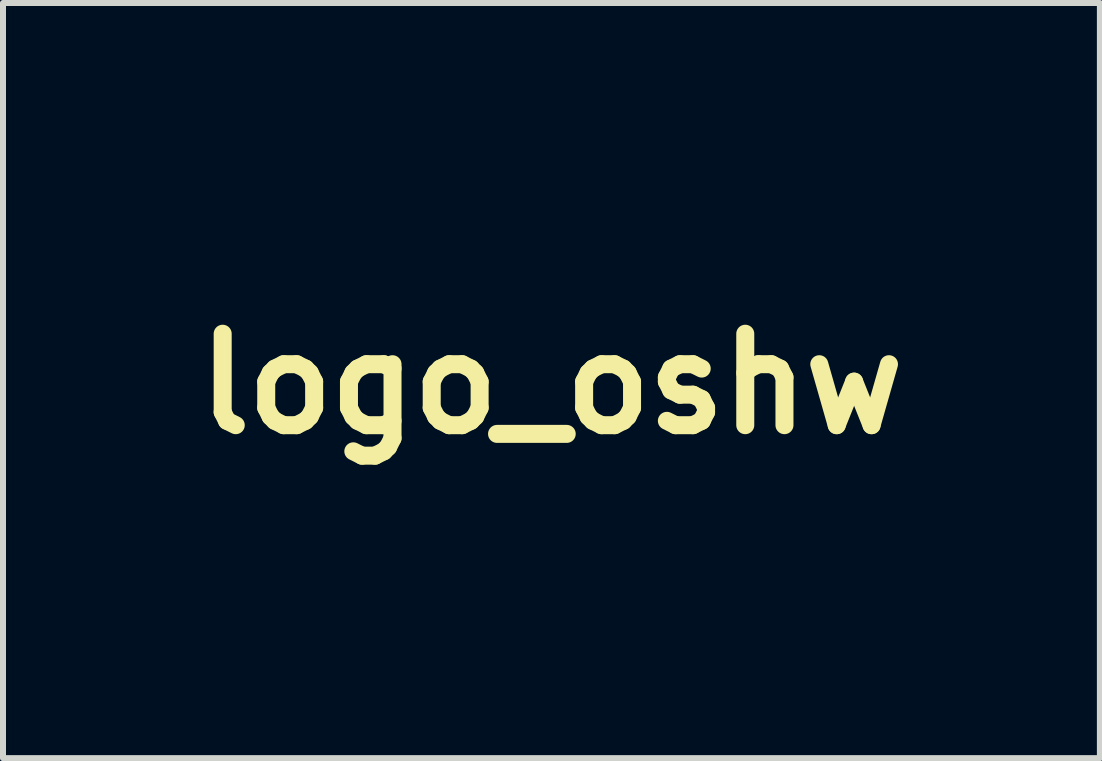
<source format=kicad_pcb>
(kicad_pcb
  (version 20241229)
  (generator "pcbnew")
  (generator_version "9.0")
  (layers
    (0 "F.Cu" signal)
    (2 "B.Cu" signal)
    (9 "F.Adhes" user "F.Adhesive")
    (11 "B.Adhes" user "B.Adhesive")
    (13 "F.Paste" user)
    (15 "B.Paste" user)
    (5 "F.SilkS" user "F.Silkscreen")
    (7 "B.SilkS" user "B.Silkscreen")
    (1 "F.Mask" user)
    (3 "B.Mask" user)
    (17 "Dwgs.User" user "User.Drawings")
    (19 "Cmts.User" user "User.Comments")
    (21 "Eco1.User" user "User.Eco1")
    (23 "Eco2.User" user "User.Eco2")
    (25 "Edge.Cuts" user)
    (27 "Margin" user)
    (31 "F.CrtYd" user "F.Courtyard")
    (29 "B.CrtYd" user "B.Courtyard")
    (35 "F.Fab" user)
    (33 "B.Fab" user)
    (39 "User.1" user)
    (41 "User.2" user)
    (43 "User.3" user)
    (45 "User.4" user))
  (footprint "logo_oshw"
    (layer "F.Cu")
    (at 6.14 3.346)
    (property "Reference" "logo_oshw" (at 0 0 0) (layer "F.SilkS") (effects (font (size 1.524 1.524) (thickness 0.3))))
    (attr through_hole)
    (fp_poly (pts (xy 0.297 -3.341) (xy 0.382 -3.338) (xy 0.442 -3.33) (xy 0.483 -3.315) (xy 0.508 -3.292) (xy 0.523 -3.257) (xy 0.533 -3.208) (xy 0.542 -3.145) (xy 0.546 -3.116) (xy 0.559 -3.04) (xy 0.577 -2.945) (xy 0.597 -2.838) (xy 0.619 -2.726) (xy 0.642 -2.617) (xy 0.663 -2.516) (xy 0.682 -2.431) (xy 0.697 -2.369) (xy 0.707 -2.336) (xy 0.708 -2.333) (xy 0.734 -2.318) (xy 0.789 -2.293) (xy 0.865 -2.259) (xy 0.957 -2.221) (xy 1.056 -2.181) (xy 1.155 -2.142) (xy 1.247 -2.106) (xy 1.325 -2.077) (xy 1.381 -2.058) (xy 1.407 -2.052) (xy 1.442 -2.064) (xy 1.506 -2.098) (xy 1.596 -2.155) (xy 1.712 -2.231) (xy 1.807 -2.297) (xy 1.914 -2.371) (xy 2.012 -2.438) (xy 2.098 -2.496) (xy 2.165 -2.54) (xy 2.207 -2.567) (xy 2.215 -2.572) (xy 2.271 -2.602) (xy 2.601 -2.274) (xy 2.693 -2.18) (xy 2.776 -2.095) (xy 2.845 -2.022) (xy 2.896 -1.965) (xy 2.925 -1.929) (xy 2.931 -1.918) (xy 2.92 -1.891) (xy 2.891 -1.841) (xy 2.849 -1.776) (xy 2.819 -1.732) (xy 2.691 -1.548) (xy 2.586 -1.394) (xy 2.505 -1.271) (xy 2.448 -1.179) (xy 2.414 -1.117) (xy 2.404 -1.085) (xy 2.412 -1.05) (xy 2.433 -0.987) (xy 2.465 -0.904) (xy 2.504 -0.808) (xy 2.547 -0.705) (xy 2.591 -0.604) (xy 2.632 -0.513) (xy 2.669 -0.437) (xy 2.697 -0.386) (xy 2.708 -0.369) (xy 2.745 -0.346) (xy 2.802 -0.328) (xy 2.819 -0.324) (xy 2.876 -0.315) (xy 2.962 -0.3) (xy 3.068 -0.28) (xy 3.184 -0.259) (xy 3.302 -0.236) (xy 3.412 -0.215) (xy 3.505 -0.196) (xy 3.546 -0.188) (xy 3.663 -0.163) (xy 3.669 0.318) (xy 3.674 0.8) (xy 3.63 0.811) (xy 3.612 0.815) (xy 3.587 0.82) (xy 3.55 0.827) (xy 3.496 0.837) (xy 3.422 0.851) (xy 3.324 0.869) (xy 3.198 0.893) (xy 3.038 0.922) (xy 2.952 0.938) (xy 2.865 0.956) (xy 2.792 0.974) (xy 2.741 0.991) (xy 2.723 1.001) (xy 2.706 1.03) (xy 2.68 1.086) (xy 2.65 1.157) (xy 2.641 1.182) (xy 2.606 1.272) (xy 2.564 1.38) (xy 2.52 1.488) (xy 2.503 1.531) (xy 2.47 1.613) (xy 2.443 1.685) (xy 2.427 1.737) (xy 2.423 1.757) (xy 2.433 1.794) (xy 2.46 1.845) (xy 2.475 1.868) (xy 2.504 1.91) (xy 2.541 1.964) (xy 2.59 2.035) (xy 2.653 2.127) (xy 2.732 2.243) (xy 2.829 2.385) (xy 2.874 2.453) (xy 2.909 2.509) (xy 2.928 2.545) (xy 2.931 2.553) (xy 2.917 2.575) (xy 2.881 2.617) (xy 2.825 2.677) (xy 2.755 2.749) (xy 2.676 2.829) (xy 2.591 2.912) (xy 2.507 2.995) (xy 2.426 3.071) (xy 2.355 3.137) (xy 2.297 3.189) (xy 2.257 3.221) (xy 2.24 3.229) (xy 2.218 3.215) (xy 2.169 3.181) (xy 2.098 3.132) (xy 2.011 3.072) (xy 1.913 3.004) (xy 1.896 2.992) (xy 1.794 2.922) (xy 1.699 2.859) (xy 1.618 2.807) (xy 1.557 2.768) (xy 1.521 2.748) (xy 1.519 2.747) (xy 1.489 2.74) (xy 1.456 2.742) (xy 1.412 2.757) (xy 1.347 2.787) (xy 1.3 2.811) (xy 1.226 2.847) (xy 1.165 2.874) (xy 1.124 2.888) (xy 1.114 2.888) (xy 1.097 2.868) (xy 1.071 2.82) (xy 1.04 2.753) (xy 1.023 2.716) (xy 0.931 2.492) (xy 0.851 2.298) (xy 0.781 2.129) (xy 0.719 1.979) (xy 0.663 1.842) (xy 0.611 1.712) (xy 0.602 1.69) (xy 0.561 1.59) (xy 0.524 1.502) (xy 0.494 1.433) (xy 0.473 1.39) (xy 0.467 1.378) (xy 0.45 1.338) (xy 0.473 1.295) (xy 0.532 1.25) (xy 0.582 1.215) (xy 0.649 1.16) (xy 0.72 1.096) (xy 0.752 1.065) (xy 0.882 0.912) (xy 0.981 0.744) (xy 1.045 0.565) (xy 1.073 0.38) (xy 1.075 0.335) (xy 1.055 0.138) (xy 0.999 -0.051) (xy 0.908 -0.228) (xy 0.784 -0.389) (xy 0.762 -0.412) (xy 0.612 -0.539) (xy 0.448 -0.632) (xy 0.275 -0.693) (xy 0.097 -0.721) (xy -0.082 -0.719) (xy -0.258 -0.686) (xy -0.426 -0.624) (xy -0.582 -0.533) (xy -0.721 -0.416) (xy -0.841 -0.272) (xy -0.935 -0.102) (xy -0.96 -0.041) (xy -0.99 0.046) (xy -1.009 0.117) (xy -1.019 0.188) (xy -1.022 0.275) (xy -1.022 0.322) (xy -1.021 0.422) (xy -1.014 0.498) (xy -1 0.567) (xy -0.975 0.645) (xy -0.96 0.686) (xy -0.871 0.868) (xy -0.75 1.03) (xy -0.596 1.17) (xy -0.549 1.205) (xy -0.486 1.25) (xy -0.439 1.288) (xy -0.413 1.314) (xy -0.411 1.319) (xy -0.415 1.335) (xy -0.427 1.369) (xy -0.448 1.425) (xy -0.48 1.505) (xy -0.525 1.612) (xy -0.582 1.75) (xy -0.619 1.837) (xy -0.659 1.932) (xy -0.701 2.035) (xy -0.737 2.125) (xy -0.743 2.139) (xy -0.773 2.214) (xy -0.814 2.315) (xy -0.862 2.431) (xy -0.913 2.553) (xy -0.962 2.67) (xy -1.005 2.772) (xy -1.024 2.818) (xy -1.048 2.864) (xy -1.07 2.89) (xy -1.075 2.892) (xy -1.101 2.883) (xy -1.152 2.861) (xy -1.219 2.829) (xy -1.25 2.814) (xy -1.325 2.778) (xy -1.389 2.751) (xy -1.433 2.737) (xy -1.442 2.735) (xy -1.48 2.746) (xy -1.531 2.774) (xy -1.555 2.791) (xy -1.59 2.815) (xy -1.649 2.855) (xy -1.725 2.908) (xy -1.813 2.968) (xy -1.906 3.031) (xy -1.997 3.093) (xy -2.08 3.148) (xy -2.147 3.193) (xy -2.192 3.224) (xy -2.206 3.232) (xy -2.223 3.222) (xy -2.264 3.187) (xy -2.324 3.131) (xy -2.4 3.059) (xy -2.487 2.973) (xy -2.556 2.905) (xy -2.649 2.811) (xy -2.732 2.726) (xy -2.802 2.653) (xy -2.854 2.598) (xy -2.885 2.563) (xy -2.892 2.553) (xy -2.881 2.532) (xy -2.852 2.485) (xy -2.808 2.417) (xy -2.754 2.336) (xy -2.721 2.289) (xy -2.622 2.145) (xy -2.543 2.029) (xy -2.482 1.938) (xy -2.438 1.868) (xy -2.408 1.814) (xy -2.39 1.773) (xy -2.384 1.741) (xy -2.386 1.715) (xy -2.395 1.69) (xy -2.409 1.662) (xy -2.411 1.658) (xy -2.435 1.604) (xy -2.459 1.539) (xy -2.462 1.531) (xy -2.485 1.465) (xy -2.517 1.383) (xy -2.553 1.293) (xy -2.591 1.202) (xy -2.628 1.118) (xy -2.659 1.051) (xy -2.681 1.008) (xy -2.688 0.999) (xy -2.717 0.984) (xy -2.775 0.966) (xy -2.853 0.948) (xy -2.905 0.937) (xy -3.083 0.906) (xy -3.24 0.878) (xy -3.374 0.853) (xy -3.48 0.833) (xy -3.556 0.818) (xy -3.597 0.809) (xy -3.6 0.808) (xy -3.611 0.803) (xy -3.619 0.79) (xy -3.625 0.766) (xy -3.629 0.725) (xy -3.631 0.663) (xy -3.632 0.576) (xy -3.631 0.458) (xy -3.63 0.316) (xy -3.624 -0.165) (xy -3.556 -0.178) (xy -3.509 -0.187) (xy -3.434 -0.202) (xy -3.344 -0.219) (xy -3.273 -0.233) (xy -3.161 -0.254) (xy -3.04 -0.277) (xy -2.929 -0.297) (xy -2.882 -0.306) (xy -2.801 -0.322) (xy -2.733 -0.338) (xy -2.689 -0.353) (xy -2.68 -0.358) (xy -2.652 -0.392) (xy -2.616 -0.456) (xy -2.574 -0.541) (xy -2.532 -0.638) (xy -2.508 -0.7) (xy -2.472 -0.789) (xy -2.43 -0.887) (xy -2.403 -0.949) (xy -2.374 -1.013) (xy -2.353 -1.063) (xy -2.345 -1.088) (xy -2.345 -1.089) (xy -2.355 -1.11) (xy -2.383 -1.156) (xy -2.425 -1.22) (xy -2.465 -1.28) (xy -2.58 -1.447) (xy -2.674 -1.584) (xy -2.748 -1.694) (xy -2.805 -1.779) (xy -2.847 -1.842) (xy -2.874 -1.884) (xy -2.888 -1.909) (xy -2.892 -1.918) (xy -2.878 -1.935) (xy -2.841 -1.976) (xy -2.784 -2.036) (xy -2.71 -2.113) (xy -2.624 -2.2) (xy -2.558 -2.267) (xy -2.225 -2.601) (xy -2.133 -2.548) (xy -2.076 -2.514) (xy -2.029 -2.484) (xy -2.012 -2.471) (xy -1.987 -2.453) (xy -1.936 -2.416) (xy -1.864 -2.366) (xy -1.777 -2.305) (xy -1.693 -2.247) (xy -1.587 -2.175) (xy -1.507 -2.122) (xy -1.449 -2.087) (xy -1.406 -2.066) (xy -1.374 -2.057) (xy -1.348 -2.056) (xy -1.341 -2.057) (xy -1.298 -2.069) (xy -1.227 -2.094) (xy -1.136 -2.129) (xy -1.033 -2.171) (xy -0.925 -2.216) (xy -0.821 -2.262) (xy -0.751 -2.294) (xy -0.651 -2.341) (xy -0.619 -2.494) (xy -0.603 -2.577) (xy -0.583 -2.684) (xy -0.562 -2.799) (xy -0.546 -2.892) (xy -0.521 -3.041) (xy -0.499 -3.154) (xy -0.48 -3.236) (xy -0.463 -3.29) (xy -0.448 -3.32) (xy -0.441 -3.326) (xy -0.416 -3.33) (xy -0.358 -3.334) (xy -0.273 -3.337) (xy -0.165 -3.339) (xy -0.042 -3.341) (xy 0.034 -3.341) (xy 0.182 -3.341) (xy 0.297 -3.341)) (stroke (width 0.01) (type solid)) (fill yes) (layer "F.Mask")))
  (gr_rect
    (start -3 -3)
    (end 15.279 9.584)
    (stroke (width 0.1) (type default))
    (fill no)
    (layer "Edge.Cuts")))
</source>
